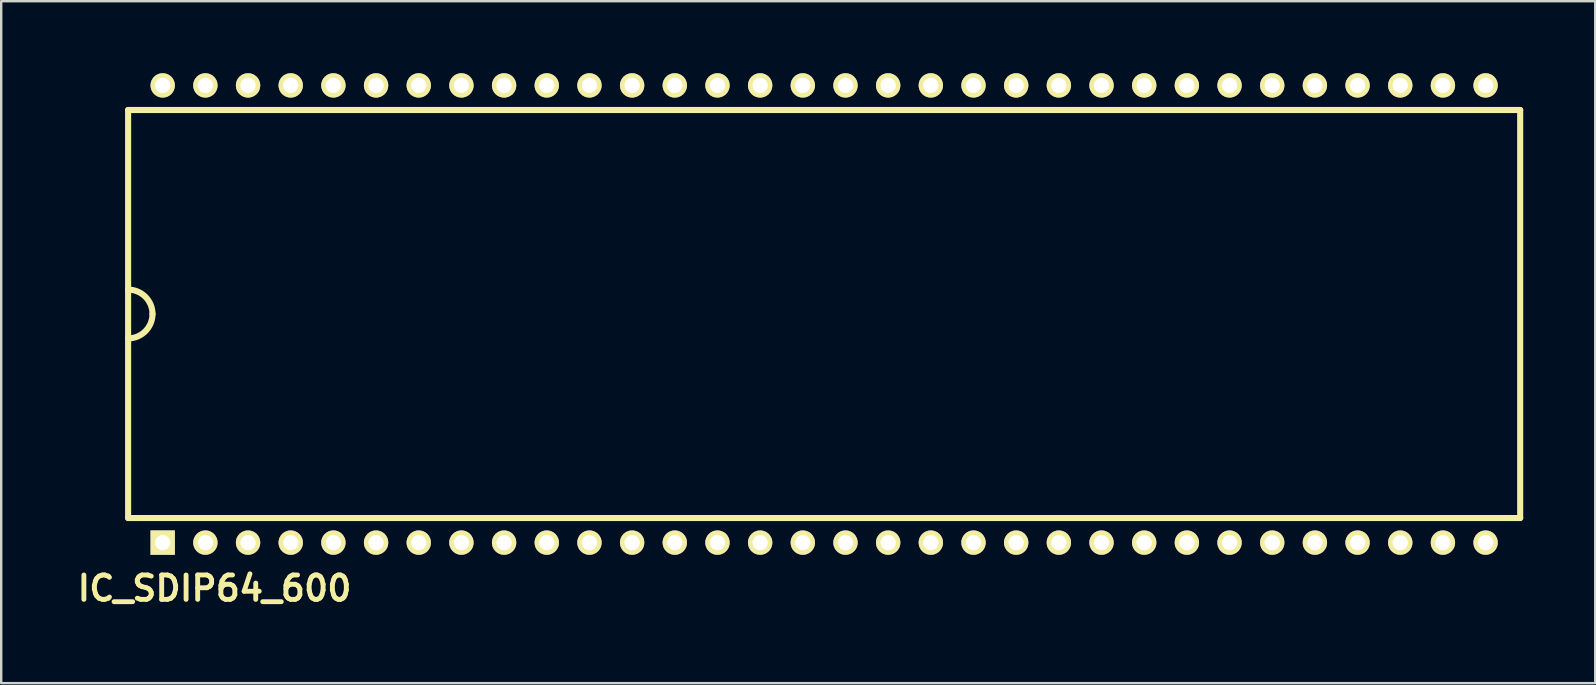
<source format=kicad_pcb>
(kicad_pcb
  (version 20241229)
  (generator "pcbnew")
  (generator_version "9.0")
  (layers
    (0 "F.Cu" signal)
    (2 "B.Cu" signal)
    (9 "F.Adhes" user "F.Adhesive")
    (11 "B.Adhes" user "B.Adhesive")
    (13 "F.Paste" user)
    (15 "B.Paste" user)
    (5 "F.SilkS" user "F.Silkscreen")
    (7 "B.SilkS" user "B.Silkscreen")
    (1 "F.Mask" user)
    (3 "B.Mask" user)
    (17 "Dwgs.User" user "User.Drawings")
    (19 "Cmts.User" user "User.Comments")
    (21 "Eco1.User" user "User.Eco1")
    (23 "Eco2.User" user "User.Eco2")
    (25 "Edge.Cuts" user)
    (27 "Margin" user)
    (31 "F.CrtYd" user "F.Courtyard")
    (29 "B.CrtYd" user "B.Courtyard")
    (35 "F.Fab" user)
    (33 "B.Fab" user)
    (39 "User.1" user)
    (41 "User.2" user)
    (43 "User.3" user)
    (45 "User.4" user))
  (footprint "IC_SDIP64_600"
    (layer "F.Cu")
    (at 31.288 10.033)
    (property "Reference" "IC_SDIP64_600" (at -25.4 11.43 0) (layer "F.SilkS") (effects (font (size 1.016 1.016) (thickness 0.203))))
    (attr through_hole)
    (fp_line (start -29 -8.5) (end 29 -8.5) (stroke (width 0.254) (type solid)) (layer "F.SilkS"))
    (fp_line (start -29 8.5) (end -29 -8.5) (stroke (width 0.254) (type solid)) (layer "F.SilkS"))
    (fp_line (start 29 -8.5) (end 29 8.5) (stroke (width 0.254) (type solid)) (layer "F.SilkS"))
    (fp_line (start 29 8.5) (end -29 8.5) (stroke (width 0.254) (type solid)) (layer "F.SilkS"))
    (fp_arc (start -29 -1.016) (mid -28.28158 -0.71842) (end -27.984 0) (stroke (width 0.254) (type solid)) (layer "F.SilkS"))
    (fp_arc (start -27.984 0) (mid -28.28158 0.71842) (end -29 1.016) (stroke (width 0.254) (type solid)) (layer "F.SilkS"))
    (pad "1" thru_hole rect (at -27.559 9.525) (size 1.016 1.016) (drill 0.635) (layers "*.Cu" "*.Mask" "F.SilkS"))
    (pad "2" thru_hole circle (at -25.781 9.525) (size 1.016 1.016) (drill 0.635) (layers "*.Cu" "*.Mask" "F.SilkS"))
    (pad "3" thru_hole circle (at -24.003 9.525) (size 1.016 1.016) (drill 0.635) (layers "*.Cu" "*.Mask" "F.SilkS"))
    (pad "4" thru_hole circle (at -22.225 9.525) (size 1.016 1.016) (drill 0.635) (layers "*.Cu" "*.Mask" "F.SilkS"))
    (pad "5" thru_hole circle (at -20.447 9.525) (size 1.016 1.016) (drill 0.635) (layers "*.Cu" "*.Mask" "F.SilkS"))
    (pad "6" thru_hole circle (at -18.669 9.525) (size 1.016 1.016) (drill 0.635) (layers "*.Cu" "*.Mask" "F.SilkS"))
    (pad "7" thru_hole circle (at -16.891 9.525) (size 1.016 1.016) (drill 0.635) (layers "*.Cu" "*.Mask" "F.SilkS"))
    (pad "8" thru_hole circle (at -15.113 9.525) (size 1.016 1.016) (drill 0.635) (layers "*.Cu" "*.Mask" "F.SilkS"))
    (pad "9" thru_hole circle (at -13.335 9.525) (size 1.016 1.016) (drill 0.635) (layers "*.Cu" "*.Mask" "F.SilkS"))
    (pad "10" thru_hole circle (at -11.557 9.525) (size 1.016 1.016) (drill 0.635) (layers "*.Cu" "*.Mask" "F.SilkS"))
    (pad "11" thru_hole circle (at -9.779 9.525) (size 1.016 1.016) (drill 0.635) (layers "*.Cu" "*.Mask" "F.SilkS"))
    (pad "12" thru_hole circle (at -8.001 9.525) (size 1.016 1.016) (drill 0.635) (layers "*.Cu" "*.Mask" "F.SilkS"))
    (pad "13" thru_hole circle (at -6.223 9.525) (size 1.016 1.016) (drill 0.635) (layers "*.Cu" "*.Mask" "F.SilkS"))
    (pad "14" thru_hole circle (at -4.445 9.525) (size 1.016 1.016) (drill 0.635) (layers "*.Cu" "*.Mask" "F.SilkS"))
    (pad "15" thru_hole circle (at -2.667 9.525) (size 1.016 1.016) (drill 0.635) (layers "*.Cu" "*.Mask" "F.SilkS"))
    (pad "16" thru_hole circle (at -0.889 9.525) (size 1.016 1.016) (drill 0.635) (layers "*.Cu" "*.Mask" "F.SilkS"))
    (pad "17" thru_hole circle (at 0.889 9.525) (size 1.016 1.016) (drill 0.635) (layers "*.Cu" "*.Mask" "F.SilkS"))
    (pad "18" thru_hole circle (at 2.667 9.525) (size 1.016 1.016) (drill 0.635) (layers "*.Cu" "*.Mask" "F.SilkS"))
    (pad "19" thru_hole circle (at 4.445 9.525) (size 1.016 1.016) (drill 0.635) (layers "*.Cu" "*.Mask" "F.SilkS"))
    (pad "20" thru_hole circle (at 6.223 9.525) (size 1.016 1.016) (drill 0.635) (layers "*.Cu" "*.Mask" "F.SilkS"))
    (pad "21" thru_hole circle (at 8.001 9.525) (size 1.016 1.016) (drill 0.635) (layers "*.Cu" "*.Mask" "F.SilkS"))
    (pad "22" thru_hole circle (at 9.779 9.525) (size 1.016 1.016) (drill 0.635) (layers "*.Cu" "*.Mask" "F.SilkS"))
    (pad "23" thru_hole circle (at 11.557 9.525) (size 1.016 1.016) (drill 0.635) (layers "*.Cu" "*.Mask" "F.SilkS"))
    (pad "24" thru_hole circle (at 13.335 9.525) (size 1.016 1.016) (drill 0.635) (layers "*.Cu" "*.Mask" "F.SilkS"))
    (pad "25" thru_hole circle (at 15.113 9.525) (size 1.016 1.016) (drill 0.635) (layers "*.Cu" "*.Mask" "F.SilkS"))
    (pad "26" thru_hole circle (at 16.891 9.525) (size 1.016 1.016) (drill 0.635) (layers "*.Cu" "*.Mask" "F.SilkS"))
    (pad "27" thru_hole circle (at 18.669 9.525) (size 1.016 1.016) (drill 0.635) (layers "*.Cu" "*.Mask" "F.SilkS"))
    (pad "28" thru_hole circle (at 20.447 9.525) (size 1.016 1.016) (drill 0.635) (layers "*.Cu" "*.Mask" "F.SilkS"))
    (pad "29" thru_hole circle (at 22.225 9.525) (size 1.016 1.016) (drill 0.635) (layers "*.Cu" "*.Mask" "F.SilkS"))
    (pad "30" thru_hole circle (at 24.003 9.525) (size 1.016 1.016) (drill 0.635) (layers "*.Cu" "*.Mask" "F.SilkS"))
    (pad "31" thru_hole circle (at 25.781 9.525) (size 1.016 1.016) (drill 0.635) (layers "*.Cu" "*.Mask" "F.SilkS"))
    (pad "32" thru_hole circle (at 27.559 9.525) (size 1.016 1.016) (drill 0.635) (layers "*.Cu" "*.Mask" "F.SilkS"))
    (pad "33" thru_hole circle (at 27.559 -9.525) (size 1.016 1.016) (drill 0.635) (layers "*.Cu" "*.Mask" "F.SilkS"))
    (pad "34" thru_hole circle (at 25.781 -9.525) (size 1.016 1.016) (drill 0.635) (layers "*.Cu" "*.Mask" "F.SilkS"))
    (pad "35" thru_hole circle (at 24.003 -9.525) (size 1.016 1.016) (drill 0.635) (layers "*.Cu" "*.Mask" "F.SilkS"))
    (pad "36" thru_hole circle (at 22.225 -9.525) (size 1.016 1.016) (drill 0.635) (layers "*.Cu" "*.Mask" "F.SilkS"))
    (pad "37" thru_hole circle (at 20.447 -9.525) (size 1.016 1.016) (drill 0.635) (layers "*.Cu" "*.Mask" "F.SilkS"))
    (pad "38" thru_hole circle (at 18.669 -9.525) (size 1.016 1.016) (drill 0.635) (layers "*.Cu" "*.Mask" "F.SilkS"))
    (pad "39" thru_hole circle (at 16.891 -9.525) (size 1.016 1.016) (drill 0.635) (layers "*.Cu" "*.Mask" "F.SilkS"))
    (pad "40" thru_hole circle (at 15.113 -9.525) (size 1.016 1.016) (drill 0.635) (layers "*.Cu" "*.Mask" "F.SilkS"))
    (pad "41" thru_hole circle (at 13.335 -9.525) (size 1.016 1.016) (drill 0.635) (layers "*.Cu" "*.Mask" "F.SilkS"))
    (pad "42" thru_hole circle (at 11.557 -9.525) (size 1.016 1.016) (drill 0.635) (layers "*.Cu" "*.Mask" "F.SilkS"))
    (pad "43" thru_hole circle (at 9.779 -9.525) (size 1.016 1.016) (drill 0.635) (layers "*.Cu" "*.Mask" "F.SilkS"))
    (pad "44" thru_hole circle (at 8.001 -9.525) (size 1.016 1.016) (drill 0.635) (layers "*.Cu" "*.Mask" "F.SilkS"))
    (pad "45" thru_hole circle (at 6.223 -9.525) (size 1.016 1.016) (drill 0.635) (layers "*.Cu" "*.Mask" "F.SilkS"))
    (pad "46" thru_hole circle (at 4.445 -9.525) (size 1.016 1.016) (drill 0.635) (layers "*.Cu" "*.Mask" "F.SilkS"))
    (pad "47" thru_hole circle (at 2.667 -9.525) (size 1.016 1.016) (drill 0.635) (layers "*.Cu" "*.Mask" "F.SilkS"))
    (pad "48" thru_hole circle (at 0.889 -9.525) (size 1.016 1.016) (drill 0.635) (layers "*.Cu" "*.Mask" "F.SilkS"))
    (pad "49" thru_hole circle (at -0.889 -9.525) (size 1.016 1.016) (drill 0.635) (layers "*.Cu" "*.Mask" "F.SilkS"))
    (pad "50" thru_hole circle (at -2.667 -9.525) (size 1.016 1.016) (drill 0.635) (layers "*.Cu" "*.Mask" "F.SilkS"))
    (pad "51" thru_hole circle (at -4.445 -9.525) (size 1.016 1.016) (drill 0.635) (layers "*.Cu" "*.Mask" "F.SilkS"))
    (pad "52" thru_hole circle (at -6.223 -9.525) (size 1.016 1.016) (drill 0.635) (layers "*.Cu" "*.Mask" "F.SilkS"))
    (pad "53" thru_hole circle (at -8.001 -9.525) (size 1.016 1.016) (drill 0.635) (layers "*.Cu" "*.Mask" "F.SilkS"))
    (pad "54" thru_hole circle (at -9.779 -9.525) (size 1.016 1.016) (drill 0.635) (layers "*.Cu" "*.Mask" "F.SilkS"))
    (pad "55" thru_hole circle (at -11.557 -9.525) (size 1.016 1.016) (drill 0.635) (layers "*.Cu" "*.Mask" "F.SilkS"))
    (pad "56" thru_hole circle (at -13.335 -9.525) (size 1.016 1.016) (drill 0.635) (layers "*.Cu" "*.Mask" "F.SilkS"))
    (pad "57" thru_hole circle (at -15.113 -9.525) (size 1.016 1.016) (drill 0.635) (layers "*.Cu" "*.Mask" "F.SilkS"))
    (pad "58" thru_hole circle (at -16.891 -9.525) (size 1.016 1.016) (drill 0.635) (layers "*.Cu" "*.Mask" "F.SilkS"))
    (pad "59" thru_hole circle (at -18.669 -9.525) (size 1.016 1.016) (drill 0.635) (layers "*.Cu" "*.Mask" "F.SilkS"))
    (pad "60" thru_hole circle (at -20.447 -9.525) (size 1.016 1.016) (drill 0.635) (layers "*.Cu" "*.Mask" "F.SilkS"))
    (pad "61" thru_hole circle (at -22.225 -9.525) (size 1.016 1.016) (drill 0.635) (layers "*.Cu" "*.Mask" "F.SilkS"))
    (pad "62" thru_hole circle (at -24.003 -9.525) (size 1.016 1.016) (drill 0.635) (layers "*.Cu" "*.Mask" "F.SilkS"))
    (pad "63" thru_hole circle (at -25.781 -9.525) (size 1.016 1.016) (drill 0.635) (layers "*.Cu" "*.Mask" "F.SilkS"))
    (pad "64" thru_hole circle (at -27.559 -9.525) (size 1.016 1.016) (drill 0.635) (layers "*.Cu" "*.Mask" "F.SilkS")))
  (gr_rect
    (start -3 -3)
    (end 63.415 25.414)
    (stroke (width 0.1) (type default))
    (fill no)
    (layer "Edge.Cuts")))
</source>
